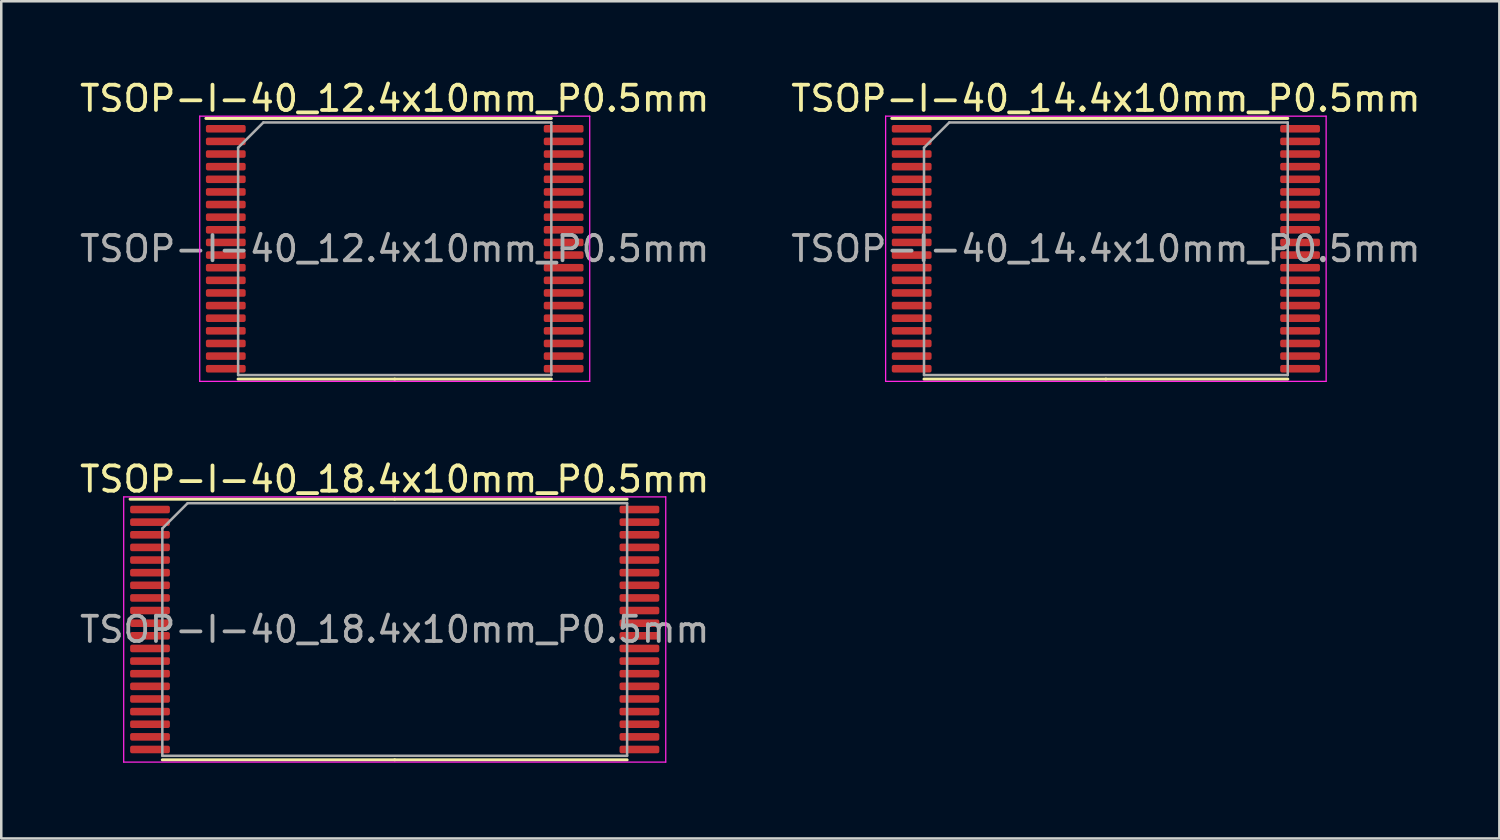
<source format=kicad_pcb>
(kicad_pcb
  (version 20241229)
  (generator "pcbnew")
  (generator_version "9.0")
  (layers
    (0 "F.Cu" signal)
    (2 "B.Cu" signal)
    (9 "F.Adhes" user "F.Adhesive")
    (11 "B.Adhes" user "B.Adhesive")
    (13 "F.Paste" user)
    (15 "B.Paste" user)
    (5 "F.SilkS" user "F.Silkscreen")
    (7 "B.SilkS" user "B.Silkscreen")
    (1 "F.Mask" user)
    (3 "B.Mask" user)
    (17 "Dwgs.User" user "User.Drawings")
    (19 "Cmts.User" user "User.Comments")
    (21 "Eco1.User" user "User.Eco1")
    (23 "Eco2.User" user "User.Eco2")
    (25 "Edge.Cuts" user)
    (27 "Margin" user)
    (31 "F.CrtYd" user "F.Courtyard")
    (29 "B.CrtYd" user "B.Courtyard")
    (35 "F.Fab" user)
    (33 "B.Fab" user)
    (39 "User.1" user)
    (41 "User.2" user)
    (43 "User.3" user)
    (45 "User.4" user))
  (footprint "TSOP-I-40_14.4x10mm_P0.5mm"
    (layer "F.Cu")
    (at 40.732 6.798)
    (property "Reference" "TSOP-I-40_14.4x10mm_P0.5mm" (at 0 -5.95 0) (layer "F.SilkS") (effects (font (size 1 1) (thickness 0.15))))
    (attr smd)
    (fp_line (start 0 -5.16) (end -8.475 -5.16) (stroke (width 0.12) (type solid)) (layer "F.SilkS"))
    (fp_line (start 0 -5.16) (end 7.2 -5.16) (stroke (width 0.12) (type solid)) (layer "F.SilkS"))
    (fp_line (start 0 5.16) (end -7.2 5.16) (stroke (width 0.12) (type solid)) (layer "F.SilkS"))
    (fp_line (start 0 5.16) (end 7.2 5.16) (stroke (width 0.12) (type solid)) (layer "F.SilkS"))
    (fp_line (start -8.72 -5.25) (end -8.72 5.25) (stroke (width 0.05) (type solid)) (layer "F.CrtYd"))
    (fp_line (start -8.72 5.25) (end 8.72 5.25) (stroke (width 0.05) (type solid)) (layer "F.CrtYd"))
    (fp_line (start 8.72 -5.25) (end -8.72 -5.25) (stroke (width 0.05) (type solid)) (layer "F.CrtYd"))
    (fp_line (start 8.72 5.25) (end 8.72 -5.25) (stroke (width 0.05) (type solid)) (layer "F.CrtYd"))
    (fp_line (start -7.2 -4) (end -6.2 -5) (stroke (width 0.1) (type solid)) (layer "F.Fab"))
    (fp_line (start -7.2 5) (end -7.2 -4) (stroke (width 0.1) (type solid)) (layer "F.Fab"))
    (fp_line (start -6.2 -5) (end 7.2 -5) (stroke (width 0.1) (type solid)) (layer "F.Fab"))
    (fp_line (start 7.2 -5) (end 7.2 5) (stroke (width 0.1) (type solid)) (layer "F.Fab"))
    (fp_line (start 7.2 5) (end -7.2 5) (stroke (width 0.1) (type solid)) (layer "F.Fab"))
    (fp_text user "${REFERENCE}" (at 0 0 0) (layer "F.Fab") (effects (font (size 1 1) (thickness 0.15))))
    (pad "1" smd roundrect (at -7.688 -4.75) (size 1.575 0.3) (layers "F.Cu" "F.Mask" "F.Paste") (roundrect_rratio 0.25))
    (pad "2" smd roundrect (at -7.688 -4.25) (size 1.575 0.3) (layers "F.Cu" "F.Mask" "F.Paste") (roundrect_rratio 0.25))
    (pad "3" smd roundrect (at -7.688 -3.75) (size 1.575 0.3) (layers "F.Cu" "F.Mask" "F.Paste") (roundrect_rratio 0.25))
    (pad "4" smd roundrect (at -7.688 -3.25) (size 1.575 0.3) (layers "F.Cu" "F.Mask" "F.Paste") (roundrect_rratio 0.25))
    (pad "5" smd roundrect (at -7.688 -2.75) (size 1.575 0.3) (layers "F.Cu" "F.Mask" "F.Paste") (roundrect_rratio 0.25))
    (pad "6" smd roundrect (at -7.688 -2.25) (size 1.575 0.3) (layers "F.Cu" "F.Mask" "F.Paste") (roundrect_rratio 0.25))
    (pad "7" smd roundrect (at -7.688 -1.75) (size 1.575 0.3) (layers "F.Cu" "F.Mask" "F.Paste") (roundrect_rratio 0.25))
    (pad "8" smd roundrect (at -7.688 -1.25) (size 1.575 0.3) (layers "F.Cu" "F.Mask" "F.Paste") (roundrect_rratio 0.25))
    (pad "9" smd roundrect (at -7.688 -0.75) (size 1.575 0.3) (layers "F.Cu" "F.Mask" "F.Paste") (roundrect_rratio 0.25))
    (pad "10" smd roundrect (at -7.688 -0.25) (size 1.575 0.3) (layers "F.Cu" "F.Mask" "F.Paste") (roundrect_rratio 0.25))
    (pad "11" smd roundrect (at -7.688 0.25) (size 1.575 0.3) (layers "F.Cu" "F.Mask" "F.Paste") (roundrect_rratio 0.25))
    (pad "12" smd roundrect (at -7.688 0.75) (size 1.575 0.3) (layers "F.Cu" "F.Mask" "F.Paste") (roundrect_rratio 0.25))
    (pad "13" smd roundrect (at -7.688 1.25) (size 1.575 0.3) (layers "F.Cu" "F.Mask" "F.Paste") (roundrect_rratio 0.25))
    (pad "14" smd roundrect (at -7.688 1.75) (size 1.575 0.3) (layers "F.Cu" "F.Mask" "F.Paste") (roundrect_rratio 0.25))
    (pad "15" smd roundrect (at -7.688 2.25) (size 1.575 0.3) (layers "F.Cu" "F.Mask" "F.Paste") (roundrect_rratio 0.25))
    (pad "16" smd roundrect (at -7.688 2.75) (size 1.575 0.3) (layers "F.Cu" "F.Mask" "F.Paste") (roundrect_rratio 0.25))
    (pad "17" smd roundrect (at -7.688 3.25) (size 1.575 0.3) (layers "F.Cu" "F.Mask" "F.Paste") (roundrect_rratio 0.25))
    (pad "18" smd roundrect (at -7.688 3.75) (size 1.575 0.3) (layers "F.Cu" "F.Mask" "F.Paste") (roundrect_rratio 0.25))
    (pad "19" smd roundrect (at -7.688 4.25) (size 1.575 0.3) (layers "F.Cu" "F.Mask" "F.Paste") (roundrect_rratio 0.25))
    (pad "20" smd roundrect (at -7.688 4.75) (size 1.575 0.3) (layers "F.Cu" "F.Mask" "F.Paste") (roundrect_rratio 0.25))
    (pad "21" smd roundrect (at 7.688 4.75) (size 1.575 0.3) (layers "F.Cu" "F.Mask" "F.Paste") (roundrect_rratio 0.25))
    (pad "22" smd roundrect (at 7.688 4.25) (size 1.575 0.3) (layers "F.Cu" "F.Mask" "F.Paste") (roundrect_rratio 0.25))
    (pad "23" smd roundrect (at 7.688 3.75) (size 1.575 0.3) (layers "F.Cu" "F.Mask" "F.Paste") (roundrect_rratio 0.25))
    (pad "24" smd roundrect (at 7.688 3.25) (size 1.575 0.3) (layers "F.Cu" "F.Mask" "F.Paste") (roundrect_rratio 0.25))
    (pad "25" smd roundrect (at 7.688 2.75) (size 1.575 0.3) (layers "F.Cu" "F.Mask" "F.Paste") (roundrect_rratio 0.25))
    (pad "26" smd roundrect (at 7.688 2.25) (size 1.575 0.3) (layers "F.Cu" "F.Mask" "F.Paste") (roundrect_rratio 0.25))
    (pad "27" smd roundrect (at 7.688 1.75) (size 1.575 0.3) (layers "F.Cu" "F.Mask" "F.Paste") (roundrect_rratio 0.25))
    (pad "28" smd roundrect (at 7.688 1.25) (size 1.575 0.3) (layers "F.Cu" "F.Mask" "F.Paste") (roundrect_rratio 0.25))
    (pad "29" smd roundrect (at 7.688 0.75) (size 1.575 0.3) (layers "F.Cu" "F.Mask" "F.Paste") (roundrect_rratio 0.25))
    (pad "30" smd roundrect (at 7.688 0.25) (size 1.575 0.3) (layers "F.Cu" "F.Mask" "F.Paste") (roundrect_rratio 0.25))
    (pad "31" smd roundrect (at 7.688 -0.25) (size 1.575 0.3) (layers "F.Cu" "F.Mask" "F.Paste") (roundrect_rratio 0.25))
    (pad "32" smd roundrect (at 7.688 -0.75) (size 1.575 0.3) (layers "F.Cu" "F.Mask" "F.Paste") (roundrect_rratio 0.25))
    (pad "33" smd roundrect (at 7.688 -1.25) (size 1.575 0.3) (layers "F.Cu" "F.Mask" "F.Paste") (roundrect_rratio 0.25))
    (pad "34" smd roundrect (at 7.688 -1.75) (size 1.575 0.3) (layers "F.Cu" "F.Mask" "F.Paste") (roundrect_rratio 0.25))
    (pad "35" smd roundrect (at 7.688 -2.25) (size 1.575 0.3) (layers "F.Cu" "F.Mask" "F.Paste") (roundrect_rratio 0.25))
    (pad "36" smd roundrect (at 7.688 -2.75) (size 1.575 0.3) (layers "F.Cu" "F.Mask" "F.Paste") (roundrect_rratio 0.25))
    (pad "37" smd roundrect (at 7.688 -3.25) (size 1.575 0.3) (layers "F.Cu" "F.Mask" "F.Paste") (roundrect_rratio 0.25))
    (pad "38" smd roundrect (at 7.688 -3.75) (size 1.575 0.3) (layers "F.Cu" "F.Mask" "F.Paste") (roundrect_rratio 0.25))
    (pad "39" smd roundrect (at 7.688 -4.25) (size 1.575 0.3) (layers "F.Cu" "F.Mask" "F.Paste") (roundrect_rratio 0.25))
    (pad "40" smd roundrect (at 7.688 -4.75) (size 1.575 0.3) (layers "F.Cu" "F.Mask" "F.Paste") (roundrect_rratio 0.25)))
  (footprint "TSOP-I-40_12.4x10mm_P0.5mm"
    (layer "F.Cu")
    (at 12.577 6.798)
    (property "Reference" "TSOP-I-40_12.4x10mm_P0.5mm" (at 0 -5.95 0) (layer "F.SilkS") (effects (font (size 1 1) (thickness 0.15))))
    (attr smd)
    (fp_line (start 0 -5.16) (end -7.475 -5.16) (stroke (width 0.12) (type solid)) (layer "F.SilkS"))
    (fp_line (start 0 -5.16) (end 6.2 -5.16) (stroke (width 0.12) (type solid)) (layer "F.SilkS"))
    (fp_line (start 0 5.16) (end -6.2 5.16) (stroke (width 0.12) (type solid)) (layer "F.SilkS"))
    (fp_line (start 0 5.16) (end 6.2 5.16) (stroke (width 0.12) (type solid)) (layer "F.SilkS"))
    (fp_line (start -7.72 -5.25) (end -7.72 5.25) (stroke (width 0.05) (type solid)) (layer "F.CrtYd"))
    (fp_line (start -7.72 5.25) (end 7.72 5.25) (stroke (width 0.05) (type solid)) (layer "F.CrtYd"))
    (fp_line (start 7.72 -5.25) (end -7.72 -5.25) (stroke (width 0.05) (type solid)) (layer "F.CrtYd"))
    (fp_line (start 7.72 5.25) (end 7.72 -5.25) (stroke (width 0.05) (type solid)) (layer "F.CrtYd"))
    (fp_line (start -6.2 -4) (end -5.2 -5) (stroke (width 0.1) (type solid)) (layer "F.Fab"))
    (fp_line (start -6.2 5) (end -6.2 -4) (stroke (width 0.1) (type solid)) (layer "F.Fab"))
    (fp_line (start -5.2 -5) (end 6.2 -5) (stroke (width 0.1) (type solid)) (layer "F.Fab"))
    (fp_line (start 6.2 -5) (end 6.2 5) (stroke (width 0.1) (type solid)) (layer "F.Fab"))
    (fp_line (start 6.2 5) (end -6.2 5) (stroke (width 0.1) (type solid)) (layer "F.Fab"))
    (fp_text user "${REFERENCE}" (at 0 0 0) (layer "F.Fab") (effects (font (size 1 1) (thickness 0.15))))
    (pad "1" smd roundrect (at -6.688 -4.75) (size 1.575 0.3) (layers "F.Cu" "F.Mask" "F.Paste") (roundrect_rratio 0.25))
    (pad "2" smd roundrect (at -6.688 -4.25) (size 1.575 0.3) (layers "F.Cu" "F.Mask" "F.Paste") (roundrect_rratio 0.25))
    (pad "3" smd roundrect (at -6.688 -3.75) (size 1.575 0.3) (layers "F.Cu" "F.Mask" "F.Paste") (roundrect_rratio 0.25))
    (pad "4" smd roundrect (at -6.688 -3.25) (size 1.575 0.3) (layers "F.Cu" "F.Mask" "F.Paste") (roundrect_rratio 0.25))
    (pad "5" smd roundrect (at -6.688 -2.75) (size 1.575 0.3) (layers "F.Cu" "F.Mask" "F.Paste") (roundrect_rratio 0.25))
    (pad "6" smd roundrect (at -6.688 -2.25) (size 1.575 0.3) (layers "F.Cu" "F.Mask" "F.Paste") (roundrect_rratio 0.25))
    (pad "7" smd roundrect (at -6.688 -1.75) (size 1.575 0.3) (layers "F.Cu" "F.Mask" "F.Paste") (roundrect_rratio 0.25))
    (pad "8" smd roundrect (at -6.688 -1.25) (size 1.575 0.3) (layers "F.Cu" "F.Mask" "F.Paste") (roundrect_rratio 0.25))
    (pad "9" smd roundrect (at -6.688 -0.75) (size 1.575 0.3) (layers "F.Cu" "F.Mask" "F.Paste") (roundrect_rratio 0.25))
    (pad "10" smd roundrect (at -6.688 -0.25) (size 1.575 0.3) (layers "F.Cu" "F.Mask" "F.Paste") (roundrect_rratio 0.25))
    (pad "11" smd roundrect (at -6.688 0.25) (size 1.575 0.3) (layers "F.Cu" "F.Mask" "F.Paste") (roundrect_rratio 0.25))
    (pad "12" smd roundrect (at -6.688 0.75) (size 1.575 0.3) (layers "F.Cu" "F.Mask" "F.Paste") (roundrect_rratio 0.25))
    (pad "13" smd roundrect (at -6.688 1.25) (size 1.575 0.3) (layers "F.Cu" "F.Mask" "F.Paste") (roundrect_rratio 0.25))
    (pad "14" smd roundrect (at -6.688 1.75) (size 1.575 0.3) (layers "F.Cu" "F.Mask" "F.Paste") (roundrect_rratio 0.25))
    (pad "15" smd roundrect (at -6.688 2.25) (size 1.575 0.3) (layers "F.Cu" "F.Mask" "F.Paste") (roundrect_rratio 0.25))
    (pad "16" smd roundrect (at -6.688 2.75) (size 1.575 0.3) (layers "F.Cu" "F.Mask" "F.Paste") (roundrect_rratio 0.25))
    (pad "17" smd roundrect (at -6.688 3.25) (size 1.575 0.3) (layers "F.Cu" "F.Mask" "F.Paste") (roundrect_rratio 0.25))
    (pad "18" smd roundrect (at -6.688 3.75) (size 1.575 0.3) (layers "F.Cu" "F.Mask" "F.Paste") (roundrect_rratio 0.25))
    (pad "19" smd roundrect (at -6.688 4.25) (size 1.575 0.3) (layers "F.Cu" "F.Mask" "F.Paste") (roundrect_rratio 0.25))
    (pad "20" smd roundrect (at -6.688 4.75) (size 1.575 0.3) (layers "F.Cu" "F.Mask" "F.Paste") (roundrect_rratio 0.25))
    (pad "21" smd roundrect (at 6.688 4.75) (size 1.575 0.3) (layers "F.Cu" "F.Mask" "F.Paste") (roundrect_rratio 0.25))
    (pad "22" smd roundrect (at 6.688 4.25) (size 1.575 0.3) (layers "F.Cu" "F.Mask" "F.Paste") (roundrect_rratio 0.25))
    (pad "23" smd roundrect (at 6.688 3.75) (size 1.575 0.3) (layers "F.Cu" "F.Mask" "F.Paste") (roundrect_rratio 0.25))
    (pad "24" smd roundrect (at 6.688 3.25) (size 1.575 0.3) (layers "F.Cu" "F.Mask" "F.Paste") (roundrect_rratio 0.25))
    (pad "25" smd roundrect (at 6.688 2.75) (size 1.575 0.3) (layers "F.Cu" "F.Mask" "F.Paste") (roundrect_rratio 0.25))
    (pad "26" smd roundrect (at 6.688 2.25) (size 1.575 0.3) (layers "F.Cu" "F.Mask" "F.Paste") (roundrect_rratio 0.25))
    (pad "27" smd roundrect (at 6.688 1.75) (size 1.575 0.3) (layers "F.Cu" "F.Mask" "F.Paste") (roundrect_rratio 0.25))
    (pad "28" smd roundrect (at 6.688 1.25) (size 1.575 0.3) (layers "F.Cu" "F.Mask" "F.Paste") (roundrect_rratio 0.25))
    (pad "29" smd roundrect (at 6.688 0.75) (size 1.575 0.3) (layers "F.Cu" "F.Mask" "F.Paste") (roundrect_rratio 0.25))
    (pad "30" smd roundrect (at 6.688 0.25) (size 1.575 0.3) (layers "F.Cu" "F.Mask" "F.Paste") (roundrect_rratio 0.25))
    (pad "31" smd roundrect (at 6.688 -0.25) (size 1.575 0.3) (layers "F.Cu" "F.Mask" "F.Paste") (roundrect_rratio 0.25))
    (pad "32" smd roundrect (at 6.688 -0.75) (size 1.575 0.3) (layers "F.Cu" "F.Mask" "F.Paste") (roundrect_rratio 0.25))
    (pad "33" smd roundrect (at 6.688 -1.25) (size 1.575 0.3) (layers "F.Cu" "F.Mask" "F.Paste") (roundrect_rratio 0.25))
    (pad "34" smd roundrect (at 6.688 -1.75) (size 1.575 0.3) (layers "F.Cu" "F.Mask" "F.Paste") (roundrect_rratio 0.25))
    (pad "35" smd roundrect (at 6.688 -2.25) (size 1.575 0.3) (layers "F.Cu" "F.Mask" "F.Paste") (roundrect_rratio 0.25))
    (pad "36" smd roundrect (at 6.688 -2.75) (size 1.575 0.3) (layers "F.Cu" "F.Mask" "F.Paste") (roundrect_rratio 0.25))
    (pad "37" smd roundrect (at 6.688 -3.25) (size 1.575 0.3) (layers "F.Cu" "F.Mask" "F.Paste") (roundrect_rratio 0.25))
    (pad "38" smd roundrect (at 6.688 -3.75) (size 1.575 0.3) (layers "F.Cu" "F.Mask" "F.Paste") (roundrect_rratio 0.25))
    (pad "39" smd roundrect (at 6.688 -4.25) (size 1.575 0.3) (layers "F.Cu" "F.Mask" "F.Paste") (roundrect_rratio 0.25))
    (pad "40" smd roundrect (at 6.688 -4.75) (size 1.575 0.3) (layers "F.Cu" "F.Mask" "F.Paste") (roundrect_rratio 0.25)))
  (footprint "TSOP-I-40_18.4x10mm_P0.5mm"
    (layer "F.Cu")
    (at 12.577 21.872)
    (property "Reference" "TSOP-I-40_18.4x10mm_P0.5mm" (at 0 -5.95 0) (layer "F.SilkS") (effects (font (size 1 1) (thickness 0.15))))
    (attr smd)
    (fp_line (start 0 -5.16) (end -10.475 -5.16) (stroke (width 0.12) (type solid)) (layer "F.SilkS"))
    (fp_line (start 0 -5.16) (end 9.2 -5.16) (stroke (width 0.12) (type solid)) (layer "F.SilkS"))
    (fp_line (start 0 5.16) (end -9.2 5.16) (stroke (width 0.12) (type solid)) (layer "F.SilkS"))
    (fp_line (start 0 5.16) (end 9.2 5.16) (stroke (width 0.12) (type solid)) (layer "F.SilkS"))
    (fp_line (start -10.73 -5.25) (end -10.73 5.25) (stroke (width 0.05) (type solid)) (layer "F.CrtYd"))
    (fp_line (start -10.73 5.25) (end 10.73 5.25) (stroke (width 0.05) (type solid)) (layer "F.CrtYd"))
    (fp_line (start 10.73 -5.25) (end -10.73 -5.25) (stroke (width 0.05) (type solid)) (layer "F.CrtYd"))
    (fp_line (start 10.73 5.25) (end 10.73 -5.25) (stroke (width 0.05) (type solid)) (layer "F.CrtYd"))
    (fp_line (start -9.2 -4) (end -8.2 -5) (stroke (width 0.1) (type solid)) (layer "F.Fab"))
    (fp_line (start -9.2 5) (end -9.2 -4) (stroke (width 0.1) (type solid)) (layer "F.Fab"))
    (fp_line (start -8.2 -5) (end 9.2 -5) (stroke (width 0.1) (type solid)) (layer "F.Fab"))
    (fp_line (start 9.2 -5) (end 9.2 5) (stroke (width 0.1) (type solid)) (layer "F.Fab"))
    (fp_line (start 9.2 5) (end -9.2 5) (stroke (width 0.1) (type solid)) (layer "F.Fab"))
    (fp_text user "${REFERENCE}" (at 0 0 0) (layer "F.Fab") (effects (font (size 1 1) (thickness 0.15))))
    (pad "1" smd roundrect (at -9.688 -4.75) (size 1.575 0.3) (layers "F.Cu" "F.Mask" "F.Paste") (roundrect_rratio 0.25))
    (pad "2" smd roundrect (at -9.688 -4.25) (size 1.575 0.3) (layers "F.Cu" "F.Mask" "F.Paste") (roundrect_rratio 0.25))
    (pad "3" smd roundrect (at -9.688 -3.75) (size 1.575 0.3) (layers "F.Cu" "F.Mask" "F.Paste") (roundrect_rratio 0.25))
    (pad "4" smd roundrect (at -9.688 -3.25) (size 1.575 0.3) (layers "F.Cu" "F.Mask" "F.Paste") (roundrect_rratio 0.25))
    (pad "5" smd roundrect (at -9.688 -2.75) (size 1.575 0.3) (layers "F.Cu" "F.Mask" "F.Paste") (roundrect_rratio 0.25))
    (pad "6" smd roundrect (at -9.688 -2.25) (size 1.575 0.3) (layers "F.Cu" "F.Mask" "F.Paste") (roundrect_rratio 0.25))
    (pad "7" smd roundrect (at -9.688 -1.75) (size 1.575 0.3) (layers "F.Cu" "F.Mask" "F.Paste") (roundrect_rratio 0.25))
    (pad "8" smd roundrect (at -9.688 -1.25) (size 1.575 0.3) (layers "F.Cu" "F.Mask" "F.Paste") (roundrect_rratio 0.25))
    (pad "9" smd roundrect (at -9.688 -0.75) (size 1.575 0.3) (layers "F.Cu" "F.Mask" "F.Paste") (roundrect_rratio 0.25))
    (pad "10" smd roundrect (at -9.688 -0.25) (size 1.575 0.3) (layers "F.Cu" "F.Mask" "F.Paste") (roundrect_rratio 0.25))
    (pad "11" smd roundrect (at -9.688 0.25) (size 1.575 0.3) (layers "F.Cu" "F.Mask" "F.Paste") (roundrect_rratio 0.25))
    (pad "12" smd roundrect (at -9.688 0.75) (size 1.575 0.3) (layers "F.Cu" "F.Mask" "F.Paste") (roundrect_rratio 0.25))
    (pad "13" smd roundrect (at -9.688 1.25) (size 1.575 0.3) (layers "F.Cu" "F.Mask" "F.Paste") (roundrect_rratio 0.25))
    (pad "14" smd roundrect (at -9.688 1.75) (size 1.575 0.3) (layers "F.Cu" "F.Mask" "F.Paste") (roundrect_rratio 0.25))
    (pad "15" smd roundrect (at -9.688 2.25) (size 1.575 0.3) (layers "F.Cu" "F.Mask" "F.Paste") (roundrect_rratio 0.25))
    (pad "16" smd roundrect (at -9.688 2.75) (size 1.575 0.3) (layers "F.Cu" "F.Mask" "F.Paste") (roundrect_rratio 0.25))
    (pad "17" smd roundrect (at -9.688 3.25) (size 1.575 0.3) (layers "F.Cu" "F.Mask" "F.Paste") (roundrect_rratio 0.25))
    (pad "18" smd roundrect (at -9.688 3.75) (size 1.575 0.3) (layers "F.Cu" "F.Mask" "F.Paste") (roundrect_rratio 0.25))
    (pad "19" smd roundrect (at -9.688 4.25) (size 1.575 0.3) (layers "F.Cu" "F.Mask" "F.Paste") (roundrect_rratio 0.25))
    (pad "20" smd roundrect (at -9.688 4.75) (size 1.575 0.3) (layers "F.Cu" "F.Mask" "F.Paste") (roundrect_rratio 0.25))
    (pad "21" smd roundrect (at 9.688 4.75) (size 1.575 0.3) (layers "F.Cu" "F.Mask" "F.Paste") (roundrect_rratio 0.25))
    (pad "22" smd roundrect (at 9.688 4.25) (size 1.575 0.3) (layers "F.Cu" "F.Mask" "F.Paste") (roundrect_rratio 0.25))
    (pad "23" smd roundrect (at 9.688 3.75) (size 1.575 0.3) (layers "F.Cu" "F.Mask" "F.Paste") (roundrect_rratio 0.25))
    (pad "24" smd roundrect (at 9.688 3.25) (size 1.575 0.3) (layers "F.Cu" "F.Mask" "F.Paste") (roundrect_rratio 0.25))
    (pad "25" smd roundrect (at 9.688 2.75) (size 1.575 0.3) (layers "F.Cu" "F.Mask" "F.Paste") (roundrect_rratio 0.25))
    (pad "26" smd roundrect (at 9.688 2.25) (size 1.575 0.3) (layers "F.Cu" "F.Mask" "F.Paste") (roundrect_rratio 0.25))
    (pad "27" smd roundrect (at 9.688 1.75) (size 1.575 0.3) (layers "F.Cu" "F.Mask" "F.Paste") (roundrect_rratio 0.25))
    (pad "28" smd roundrect (at 9.688 1.25) (size 1.575 0.3) (layers "F.Cu" "F.Mask" "F.Paste") (roundrect_rratio 0.25))
    (pad "29" smd roundrect (at 9.688 0.75) (size 1.575 0.3) (layers "F.Cu" "F.Mask" "F.Paste") (roundrect_rratio 0.25))
    (pad "30" smd roundrect (at 9.688 0.25) (size 1.575 0.3) (layers "F.Cu" "F.Mask" "F.Paste") (roundrect_rratio 0.25))
    (pad "31" smd roundrect (at 9.688 -0.25) (size 1.575 0.3) (layers "F.Cu" "F.Mask" "F.Paste") (roundrect_rratio 0.25))
    (pad "32" smd roundrect (at 9.688 -0.75) (size 1.575 0.3) (layers "F.Cu" "F.Mask" "F.Paste") (roundrect_rratio 0.25))
    (pad "33" smd roundrect (at 9.688 -1.25) (size 1.575 0.3) (layers "F.Cu" "F.Mask" "F.Paste") (roundrect_rratio 0.25))
    (pad "34" smd roundrect (at 9.688 -1.75) (size 1.575 0.3) (layers "F.Cu" "F.Mask" "F.Paste") (roundrect_rratio 0.25))
    (pad "35" smd roundrect (at 9.688 -2.25) (size 1.575 0.3) (layers "F.Cu" "F.Mask" "F.Paste") (roundrect_rratio 0.25))
    (pad "36" smd roundrect (at 9.688 -2.75) (size 1.575 0.3) (layers "F.Cu" "F.Mask" "F.Paste") (roundrect_rratio 0.25))
    (pad "37" smd roundrect (at 9.688 -3.25) (size 1.575 0.3) (layers "F.Cu" "F.Mask" "F.Paste") (roundrect_rratio 0.25))
    (pad "38" smd roundrect (at 9.688 -3.75) (size 1.575 0.3) (layers "F.Cu" "F.Mask" "F.Paste") (roundrect_rratio 0.25))
    (pad "39" smd roundrect (at 9.688 -4.25) (size 1.575 0.3) (layers "F.Cu" "F.Mask" "F.Paste") (roundrect_rratio 0.25))
    (pad "40" smd roundrect (at 9.688 -4.75) (size 1.575 0.3) (layers "F.Cu" "F.Mask" "F.Paste") (roundrect_rratio 0.25)))
  (gr_rect
    (start -3 -3)
    (end 56.31 30.146)
    (stroke (width 0.1) (type default))
    (fill no)
    (layer "Edge.Cuts")))
</source>
